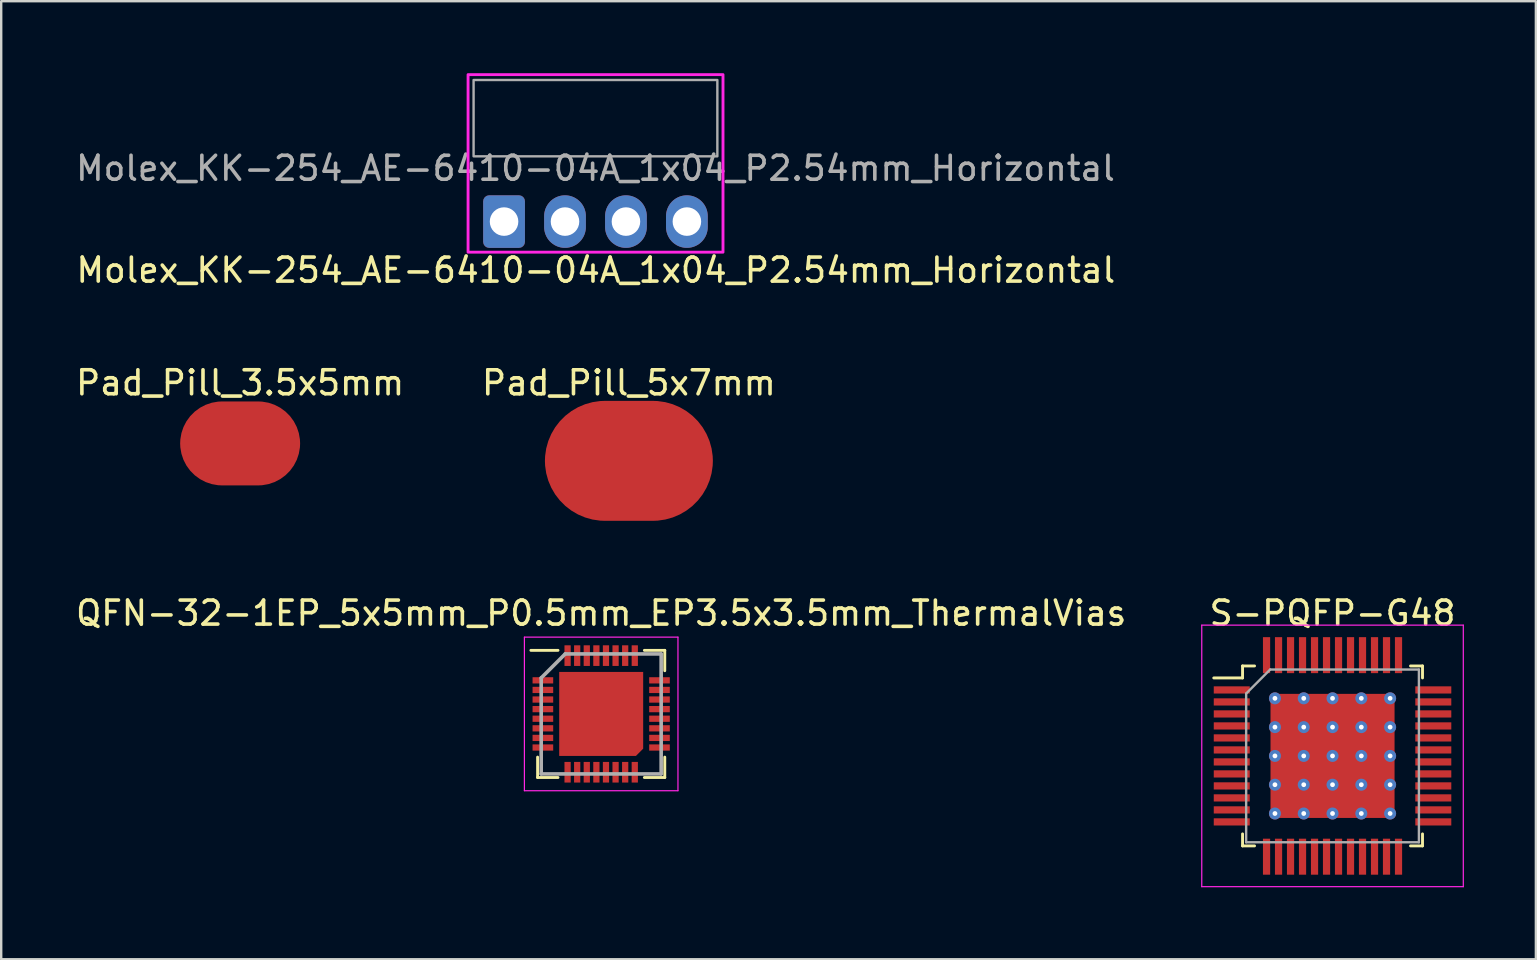
<source format=kicad_pcb>
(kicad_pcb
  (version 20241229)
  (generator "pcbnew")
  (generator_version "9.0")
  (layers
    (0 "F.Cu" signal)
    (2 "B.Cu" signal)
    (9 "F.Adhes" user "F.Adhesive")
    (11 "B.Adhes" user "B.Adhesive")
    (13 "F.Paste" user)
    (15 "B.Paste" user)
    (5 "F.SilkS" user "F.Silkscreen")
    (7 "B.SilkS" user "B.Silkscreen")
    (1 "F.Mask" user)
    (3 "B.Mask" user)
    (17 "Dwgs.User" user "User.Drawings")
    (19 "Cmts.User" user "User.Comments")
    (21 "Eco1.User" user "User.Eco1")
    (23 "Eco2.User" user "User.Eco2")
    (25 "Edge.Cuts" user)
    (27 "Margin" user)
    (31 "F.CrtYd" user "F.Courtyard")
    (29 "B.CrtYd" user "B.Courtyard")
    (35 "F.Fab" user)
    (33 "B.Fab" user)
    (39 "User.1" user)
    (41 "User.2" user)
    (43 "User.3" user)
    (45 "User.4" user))
  (footprint "Pad_Pill_5x7mm"
    (layer "F.Cu")
    (at 23.161 16.157)
    (property "Reference" "Pad_Pill_5x7mm" (at 0 -3.25 0) (unlocked yes) (layer "F.SilkS") (effects (font (size 1 1) (thickness 0.15))))
    (pad "1" smd roundrect (at 0 0) (size 7 5) (layers "F.Cu" "F.Mask" "F.Paste") (roundrect_rratio 0.5)))
  (footprint "QFN-32-1EP_5x5mm_P0.5mm_EP3.5x3.5mm_ThermalVias"
    (layer "F.Cu")
    (at 22.006 26.705)
    (property "Reference" "QFN-32-1EP_5x5mm_P0.5mm_EP3.5x3.5mm_ThermalVias" (at 0 -4.2 0) (layer "F.SilkS") (effects (font (size 1 1) (thickness 0.15))))
    (attr smd)
    (fp_line (start -2.65 2.65) (end -2.65 1.8) (stroke (width 0.12) (type solid)) (layer "F.SilkS"))
    (fp_line (start -1.8 -2.65) (end -2.93 -2.65) (stroke (width 0.12) (type solid)) (layer "F.SilkS"))
    (fp_line (start -1.8 2.65) (end -2.65 2.65) (stroke (width 0.12) (type solid)) (layer "F.SilkS"))
    (fp_line (start 1.8 -2.65) (end 2.65 -2.65) (stroke (width 0.12) (type solid)) (layer "F.SilkS"))
    (fp_line (start 1.8 2.65) (end 2.65 2.65) (stroke (width 0.12) (type solid)) (layer "F.SilkS"))
    (fp_line (start 2.65 -2.65) (end 2.65 -1.8) (stroke (width 0.12) (type solid)) (layer "F.SilkS"))
    (fp_line (start 2.65 2.65) (end 2.65 1.8) (stroke (width 0.12) (type solid)) (layer "F.SilkS"))
    (fp_line (start -3.2 -3.2) (end 3.2 -3.2) (stroke (width 0.05) (type solid)) (layer "F.CrtYd"))
    (fp_line (start -3.2 3.2) (end -3.2 -3.2) (stroke (width 0.05) (type solid)) (layer "F.CrtYd"))
    (fp_line (start 3.2 -3.2) (end 3.2 3.2) (stroke (width 0.05) (type solid)) (layer "F.CrtYd"))
    (fp_line (start 3.2 3.2) (end -3.2 3.2) (stroke (width 0.05) (type solid)) (layer "F.CrtYd"))
    (fp_line (start -2.5 -1.5) (end -2.5 2.5) (stroke (width 0.15) (type solid)) (layer "F.Fab"))
    (fp_line (start -2.5 2.5) (end 2.5 2.5) (stroke (width 0.15) (type solid)) (layer "F.Fab"))
    (fp_line (start -1.5 -2.5) (end -2.5 -1.5) (stroke (width 0.15) (type solid)) (layer "F.Fab"))
    (fp_line (start 2.5 -2.5) (end -1.5 -2.5) (stroke (width 0.15) (type solid)) (layer "F.Fab"))
    (fp_line (start 2.5 2.5) (end 2.5 -2.5) (stroke (width 0.15) (type solid)) (layer "F.Fab"))
    (pad "0" smd roundrect (at 0 0) (size 3.5 3.5) (layers "F.Cu" "F.Mask" "F.Paste") (roundrect_rratio 0) (chamfer_ratio 0.086) (chamfer bottom_right))
    (pad "1" smd rect (at -2.43 -1.4 90) (size 0.26 0.86) (layers "F.Cu" "F.Mask" "F.Paste"))
    (pad "2" smd rect (at -2.43 -1 90) (size 0.26 0.86) (layers "F.Cu" "F.Mask" "F.Paste"))
    (pad "3" smd rect (at -2.43 -0.6 90) (size 0.26 0.86) (layers "F.Cu" "F.Mask" "F.Paste"))
    (pad "4" smd rect (at -2.43 -0.2 90) (size 0.26 0.86) (layers "F.Cu" "F.Mask" "F.Paste"))
    (pad "5" smd rect (at -2.43 0.2 90) (size 0.26 0.86) (layers "F.Cu" "F.Mask" "F.Paste"))
    (pad "6" smd rect (at -2.43 0.6 90) (size 0.26 0.86) (layers "F.Cu" "F.Mask" "F.Paste"))
    (pad "7" smd rect (at -2.43 1 90) (size 0.26 0.86) (layers "F.Cu" "F.Mask" "F.Paste"))
    (pad "8" smd rect (at -2.43 1.4 90) (size 0.26 0.86) (layers "F.Cu" "F.Mask" "F.Paste"))
    (pad "9" smd rect (at -1.4 2.43) (size 0.26 0.86) (layers "F.Cu" "F.Mask" "F.Paste"))
    (pad "10" smd rect (at -1 2.43) (size 0.26 0.86) (layers "F.Cu" "F.Mask" "F.Paste"))
    (pad "11" smd rect (at -0.6 2.43) (size 0.26 0.86) (layers "F.Cu" "F.Mask" "F.Paste"))
    (pad "12" smd rect (at -0.2 2.43) (size 0.26 0.86) (layers "F.Cu" "F.Mask" "F.Paste"))
    (pad "13" smd rect (at 0.2 2.43) (size 0.26 0.86) (layers "F.Cu" "F.Mask" "F.Paste"))
    (pad "14" smd rect (at 0.6 2.43) (size 0.26 0.86) (layers "F.Cu" "F.Mask" "F.Paste"))
    (pad "15" smd rect (at 1 2.43) (size 0.26 0.86) (layers "F.Cu" "F.Mask" "F.Paste"))
    (pad "16" smd rect (at 1.4 2.43) (size 0.26 0.86) (layers "F.Cu" "F.Mask" "F.Paste"))
    (pad "17" smd rect (at 2.43 1.4 90) (size 0.26 0.86) (layers "F.Cu" "F.Mask" "F.Paste"))
    (pad "18" smd rect (at 2.43 1 90) (size 0.26 0.86) (layers "F.Cu" "F.Mask" "F.Paste"))
    (pad "19" smd rect (at 2.43 0.6 90) (size 0.26 0.86) (layers "F.Cu" "F.Mask" "F.Paste"))
    (pad "20" smd rect (at 2.43 0.2 90) (size 0.26 0.86) (layers "F.Cu" "F.Mask" "F.Paste"))
    (pad "21" smd rect (at 2.43 -0.2 90) (size 0.26 0.86) (layers "F.Cu" "F.Mask" "F.Paste"))
    (pad "22" smd rect (at 2.43 -0.6 90) (size 0.26 0.86) (layers "F.Cu" "F.Mask" "F.Paste"))
    (pad "23" smd rect (at 2.43 -1 90) (size 0.26 0.86) (layers "F.Cu" "F.Mask" "F.Paste"))
    (pad "24" smd rect (at 2.43 -1.4 90) (size 0.26 0.86) (layers "F.Cu" "F.Mask" "F.Paste"))
    (pad "25" smd rect (at 1.4 -2.43) (size 0.26 0.86) (layers "F.Cu" "F.Mask" "F.Paste"))
    (pad "26" smd rect (at 1 -2.43) (size 0.26 0.86) (layers "F.Cu" "F.Mask" "F.Paste"))
    (pad "27" smd rect (at 0.6 -2.43) (size 0.26 0.86) (layers "F.Cu" "F.Mask" "F.Paste"))
    (pad "28" smd rect (at 0.2 -2.43) (size 0.26 0.86) (layers "F.Cu" "F.Mask" "F.Paste"))
    (pad "29" smd rect (at -0.2 -2.43) (size 0.26 0.86) (layers "F.Cu" "F.Mask" "F.Paste"))
    (pad "30" smd rect (at -0.6 -2.43) (size 0.26 0.86) (layers "F.Cu" "F.Mask" "F.Paste"))
    (pad "31" smd rect (at -1 -2.43) (size 0.26 0.86) (layers "F.Cu" "F.Mask" "F.Paste"))
    (pad "32" smd rect (at -1.4 -2.43) (size 0.26 0.86) (layers "F.Cu" "F.Mask" "F.Paste")))
  (footprint "Pad_Pill_3.5x5mm"
    (layer "F.Cu")
    (at 6.958 15.431)
    (property "Reference" "Pad_Pill_3.5x5mm" (at 0 -2.525 0) (unlocked yes) (layer "F.SilkS") (effects (font (size 1 1) (thickness 0.15))))
    (pad "1" smd roundrect (at 0 0) (size 5 3.5) (layers "F.Cu" "F.Mask" "F.Paste") (roundrect_rratio 0.5)))
  (footprint "Molex_KK-254_AE-6410-04A_1x04_P2.54mm_Horizontal"
    (layer "F.Cu")
    (at 17.958 6.185)
    (property "Reference" "Molex_KK-254_AE-6410-04A_1x04_P2.54mm_Horizontal" (at 3.825 2.025 0) (layer "F.SilkS") (effects (font (size 1 1) (thickness 0.15))))
    (attr through_hole)
    (fp_rect (start -1.5 1.275) (end 9.125 -6.125) (stroke (width 0.12) (type solid)) (fill no) (layer "F.CrtYd"))
    (fp_rect (start -1.27 -2.72) (end 8.89 -5.9) (stroke (width 0.1) (type solid)) (fill no) (layer "F.Fab"))
    (fp_text user "${REFERENCE}" (at 3.81 -2.22 0) (layer "F.Fab") (effects (font (size 1 1) (thickness 0.15))))
    (pad "1" thru_hole roundrect (at 0 0) (size 1.74 2.19) (drill 1.19) (layers "*.Cu" "*.Mask") (roundrect_rratio 0.144))
    (pad "2" thru_hole oval (at 2.54 0) (size 1.74 2.19) (drill 1.19) (layers "*.Cu" "*.Mask"))
    (pad "3" thru_hole oval (at 5.08 0) (size 1.74 2.19) (drill 1.19) (layers "*.Cu" "*.Mask"))
    (pad "4" thru_hole oval (at 7.62 0) (size 1.74 2.19) (drill 1.19) (layers "*.Cu" "*.Mask")))
  (footprint "S-PQFP-G48"
    (layer "F.Cu")
    (at 52.487 28.455)
    (property "Reference" "S-PQFP-G48" (at 0 -5.95 0) (layer "F.SilkS") (effects (font (size 1 1) (thickness 0.15))))
    (attr smd)
    (fp_poly (pts (xy 2.55 2.55) (xy -2.55 2.55) (xy -2.55 -2.55) (xy 2.55 -2.55)) (stroke (width 0.07) (type solid)) (fill yes) (layer "F.Cu"))
    (fp_line (start -3.75 -3.75) (end -3.75 -3.25) (stroke (width 0.12) (type solid)) (layer "F.SilkS"))
    (fp_line (start -3.75 -3.25) (end -4.95 -3.25) (stroke (width 0.12) (type solid)) (layer "F.SilkS"))
    (fp_line (start -3.75 3.75) (end -3.75 3.25) (stroke (width 0.12) (type solid)) (layer "F.SilkS"))
    (fp_line (start -3.25 -3.75) (end -3.75 -3.75) (stroke (width 0.12) (type solid)) (layer "F.SilkS"))
    (fp_line (start -3.25 3.75) (end -3.75 3.75) (stroke (width 0.12) (type solid)) (layer "F.SilkS"))
    (fp_line (start 3.25 -3.75) (end 3.75 -3.75) (stroke (width 0.12) (type solid)) (layer "F.SilkS"))
    (fp_line (start 3.25 3.75) (end 3.75 3.75) (stroke (width 0.12) (type solid)) (layer "F.SilkS"))
    (fp_line (start 3.75 -3.75) (end 3.75 -3.25) (stroke (width 0.12) (type solid)) (layer "F.SilkS"))
    (fp_line (start 3.75 3.75) (end 3.75 3.25) (stroke (width 0.12) (type solid)) (layer "F.SilkS"))
    (fp_line (start -5.45 -5.45) (end 5.45 -5.45) (stroke (width 0.05) (type solid)) (layer "F.CrtYd"))
    (fp_line (start -5.45 5.45) (end -5.45 -5.45) (stroke (width 0.05) (type solid)) (layer "F.CrtYd"))
    (fp_line (start 5.45 -5.45) (end 5.45 5.45) (stroke (width 0.05) (type solid)) (layer "F.CrtYd"))
    (fp_line (start 5.45 5.45) (end -5.45 5.45) (stroke (width 0.05) (type solid)) (layer "F.CrtYd"))
    (fp_line (start -3.6 -2.6) (end -3.6 3.6) (stroke (width 0.1) (type solid)) (layer "F.Fab"))
    (fp_line (start -3.6 3.6) (end 3.6 3.6) (stroke (width 0.1) (type solid)) (layer "F.Fab"))
    (fp_line (start -2.6 -3.6) (end -3.6 -2.6) (stroke (width 0.1) (type solid)) (layer "F.Fab"))
    (fp_line (start 3.6 -3.6) (end -2.6 -3.6) (stroke (width 0.1) (type solid)) (layer "F.Fab"))
    (fp_line (start 3.6 3.6) (end 3.6 -3.6) (stroke (width 0.1) (type solid)) (layer "F.Fab"))
    (pad "1" smd rect (at -4.2 -2.75 90) (size 0.3 1.5) (layers "F.Cu" "F.Mask" "F.Paste"))
    (pad "2" smd rect (at -4.2 -2.25 90) (size 0.3 1.5) (layers "F.Cu" "F.Mask" "F.Paste"))
    (pad "3" smd rect (at -4.2 -1.75 90) (size 0.3 1.5) (layers "F.Cu" "F.Mask" "F.Paste"))
    (pad "4" smd rect (at -4.2 -1.25 90) (size 0.3 1.5) (layers "F.Cu" "F.Mask" "F.Paste"))
    (pad "5" smd rect (at -4.2 -0.75 90) (size 0.3 1.5) (layers "F.Cu" "F.Mask" "F.Paste"))
    (pad "6" smd rect (at -4.2 -0.25 90) (size 0.3 1.5) (layers "F.Cu" "F.Mask" "F.Paste"))
    (pad "7" smd rect (at -4.2 0.25 90) (size 0.3 1.5) (layers "F.Cu" "F.Mask" "F.Paste"))
    (pad "8" smd rect (at -4.2 0.75 90) (size 0.3 1.5) (layers "F.Cu" "F.Mask" "F.Paste"))
    (pad "9" smd rect (at -4.2 1.25 90) (size 0.3 1.5) (layers "F.Cu" "F.Mask" "F.Paste"))
    (pad "10" smd rect (at -4.2 1.75 90) (size 0.3 1.5) (layers "F.Cu" "F.Mask" "F.Paste"))
    (pad "11" smd rect (at -4.2 2.25 90) (size 0.3 1.5) (layers "F.Cu" "F.Mask" "F.Paste"))
    (pad "12" smd rect (at -4.2 2.75 90) (size 0.3 1.5) (layers "F.Cu" "F.Mask" "F.Paste"))
    (pad "13" smd rect (at -2.75 4.2) (size 0.3 1.5) (layers "F.Cu" "F.Mask" "F.Paste"))
    (pad "14" smd rect (at -2.25 4.2) (size 0.3 1.5) (layers "F.Cu" "F.Mask" "F.Paste"))
    (pad "15" smd rect (at -1.75 4.2) (size 0.3 1.5) (layers "F.Cu" "F.Mask" "F.Paste"))
    (pad "16" smd rect (at -1.25 4.2) (size 0.3 1.5) (layers "F.Cu" "F.Mask" "F.Paste"))
    (pad "17" smd rect (at -0.75 4.2) (size 0.3 1.5) (layers "F.Cu" "F.Mask" "F.Paste"))
    (pad "18" smd rect (at -0.25 4.2) (size 0.3 1.5) (layers "F.Cu" "F.Mask" "F.Paste"))
    (pad "19" smd rect (at 0.25 4.2) (size 0.3 1.5) (layers "F.Cu" "F.Mask" "F.Paste"))
    (pad "20" smd rect (at 0.75 4.2) (size 0.3 1.5) (layers "F.Cu" "F.Mask" "F.Paste"))
    (pad "21" smd rect (at 1.25 4.2) (size 0.3 1.5) (layers "F.Cu" "F.Mask" "F.Paste"))
    (pad "22" smd rect (at 1.75 4.2) (size 0.3 1.5) (layers "F.Cu" "F.Mask" "F.Paste"))
    (pad "23" smd rect (at 2.25 4.2) (size 0.3 1.5) (layers "F.Cu" "F.Mask" "F.Paste"))
    (pad "24" smd rect (at 2.75 4.2) (size 0.3 1.5) (layers "F.Cu" "F.Mask" "F.Paste"))
    (pad "25" smd rect (at 4.2 2.75 90) (size 0.3 1.5) (layers "F.Cu" "F.Mask" "F.Paste"))
    (pad "26" smd rect (at 4.2 2.25 90) (size 0.3 1.5) (layers "F.Cu" "F.Mask" "F.Paste"))
    (pad "27" smd rect (at 4.2 1.75 90) (size 0.3 1.5) (layers "F.Cu" "F.Mask" "F.Paste"))
    (pad "28" smd rect (at 4.2 1.25 90) (size 0.3 1.5) (layers "F.Cu" "F.Mask" "F.Paste"))
    (pad "29" smd rect (at 4.2 0.75 90) (size 0.3 1.5) (layers "F.Cu" "F.Mask" "F.Paste"))
    (pad "30" smd rect (at 4.2 0.25 90) (size 0.3 1.5) (layers "F.Cu" "F.Mask" "F.Paste"))
    (pad "31" smd rect (at 4.2 -0.25 90) (size 0.3 1.5) (layers "F.Cu" "F.Mask" "F.Paste"))
    (pad "32" smd rect (at 4.2 -0.75 90) (size 0.3 1.5) (layers "F.Cu" "F.Mask" "F.Paste"))
    (pad "33" smd rect (at 4.2 -1.25 90) (size 0.3 1.5) (layers "F.Cu" "F.Mask" "F.Paste"))
    (pad "34" smd rect (at 4.2 -1.75 90) (size 0.3 1.5) (layers "F.Cu" "F.Mask" "F.Paste"))
    (pad "35" smd rect (at 4.2 -2.25 90) (size 0.3 1.5) (layers "F.Cu" "F.Mask" "F.Paste"))
    (pad "36" smd rect (at 4.2 -2.75 90) (size 0.3 1.5) (layers "F.Cu" "F.Mask" "F.Paste"))
    (pad "37" smd rect (at 2.75 -4.2) (size 0.3 1.5) (layers "F.Cu" "F.Mask" "F.Paste"))
    (pad "38" smd rect (at 2.25 -4.2) (size 0.3 1.5) (layers "F.Cu" "F.Mask" "F.Paste"))
    (pad "39" smd rect (at 1.75 -4.2) (size 0.3 1.5) (layers "F.Cu" "F.Mask" "F.Paste"))
    (pad "40" smd rect (at 1.25 -4.2) (size 0.3 1.5) (layers "F.Cu" "F.Mask" "F.Paste"))
    (pad "41" smd rect (at 0.75 -4.2) (size 0.3 1.5) (layers "F.Cu" "F.Mask" "F.Paste"))
    (pad "42" smd rect (at 0.25 -4.2) (size 0.3 1.5) (layers "F.Cu" "F.Mask" "F.Paste"))
    (pad "43" smd rect (at -0.25 -4.2) (size 0.3 1.5) (layers "F.Cu" "F.Mask" "F.Paste"))
    (pad "44" smd rect (at -0.75 -4.2) (size 0.3 1.5) (layers "F.Cu" "F.Mask" "F.Paste"))
    (pad "45" smd rect (at -1.25 -4.2) (size 0.3 1.5) (layers "F.Cu" "F.Mask" "F.Paste"))
    (pad "46" smd rect (at -1.75 -4.2) (size 0.3 1.5) (layers "F.Cu" "F.Mask" "F.Paste"))
    (pad "47" smd rect (at -2.25 -4.2) (size 0.3 1.5) (layers "F.Cu" "F.Mask" "F.Paste"))
    (pad "48" smd rect (at -2.75 -4.2) (size 0.3 1.5) (layers "F.Cu" "F.Mask" "F.Paste"))
    (pad "49" thru_hole circle (at -2.4 -2.4) (size 0.5 0.5) (drill 0.2) (layers "*.Cu"))
    (pad "49" thru_hole circle (at -2.4 -1.2) (size 0.5 0.5) (drill 0.2) (layers "*.Cu"))
    (pad "49" thru_hole circle (at -2.4 0) (size 0.5 0.5) (drill 0.2) (layers "*.Cu"))
    (pad "49" thru_hole circle (at -2.4 1.2) (size 0.5 0.5) (drill 0.2) (layers "*.Cu"))
    (pad "49" thru_hole circle (at -2.4 2.4) (size 0.5 0.5) (drill 0.2) (layers "*.Cu"))
    (pad "49" thru_hole circle (at -1.2 -2.4) (size 0.5 0.5) (drill 0.2) (layers "*.Cu"))
    (pad "49" thru_hole circle (at -1.2 -1.2) (size 0.5 0.5) (drill 0.2) (layers "*.Cu"))
    (pad "49" thru_hole circle (at -1.2 0) (size 0.5 0.5) (drill 0.2) (layers "*.Cu"))
    (pad "49" thru_hole circle (at -1.2 1.2) (size 0.5 0.5) (drill 0.2) (layers "*.Cu"))
    (pad "49" thru_hole circle (at -1.2 2.4) (size 0.5 0.5) (drill 0.2) (layers "*.Cu"))
    (pad "49" thru_hole circle (at 0 -2.4) (size 0.5 0.5) (drill 0.2) (layers "*.Cu"))
    (pad "49" thru_hole circle (at 0 -1.2) (size 0.5 0.5) (drill 0.2) (layers "*.Cu"))
    (pad "49" thru_hole circle (at 0 0) (size 0.5 0.5) (drill 0.2) (layers "*.Cu"))
    (pad "49" thru_hole circle (at 0 1.2) (size 0.5 0.5) (drill 0.2) (layers "*.Cu"))
    (pad "49" thru_hole circle (at 0 2.4) (size 0.5 0.5) (drill 0.2) (layers "*.Cu"))
    (pad "49" thru_hole circle (at 1.2 -2.4) (size 0.5 0.5) (drill 0.2) (layers "*.Cu"))
    (pad "49" thru_hole circle (at 1.2 -1.2) (size 0.5 0.5) (drill 0.2) (layers "*.Cu"))
    (pad "49" thru_hole circle (at 1.2 0) (size 0.5 0.5) (drill 0.2) (layers "*.Cu"))
    (pad "49" thru_hole circle (at 1.2 1.2) (size 0.5 0.5) (drill 0.2) (layers "*.Cu"))
    (pad "49" thru_hole circle (at 1.2 2.4) (size 0.5 0.5) (drill 0.2) (layers "*.Cu"))
    (pad "49" thru_hole circle (at 2.4 -2.4) (size 0.5 0.5) (drill 0.2) (layers "*.Cu"))
    (pad "49" thru_hole circle (at 2.4 -1.2) (size 0.5 0.5) (drill 0.2) (layers "*.Cu"))
    (pad "49" thru_hole circle (at 2.4 0) (size 0.5 0.5) (drill 0.2) (layers "*.Cu"))
    (pad "49" thru_hole circle (at 2.4 1.2) (size 0.5 0.5) (drill 0.2) (layers "*.Cu"))
    (pad "49" thru_hole circle (at 2.4 2.4) (size 0.5 0.5) (drill 0.2) (layers "*.Cu")))
  (gr_rect
    (start -3 -3)
    (end 60.962 36.93)
    (stroke (width 0.1) (type default))
    (fill no)
    (layer "Edge.Cuts")))
</source>
